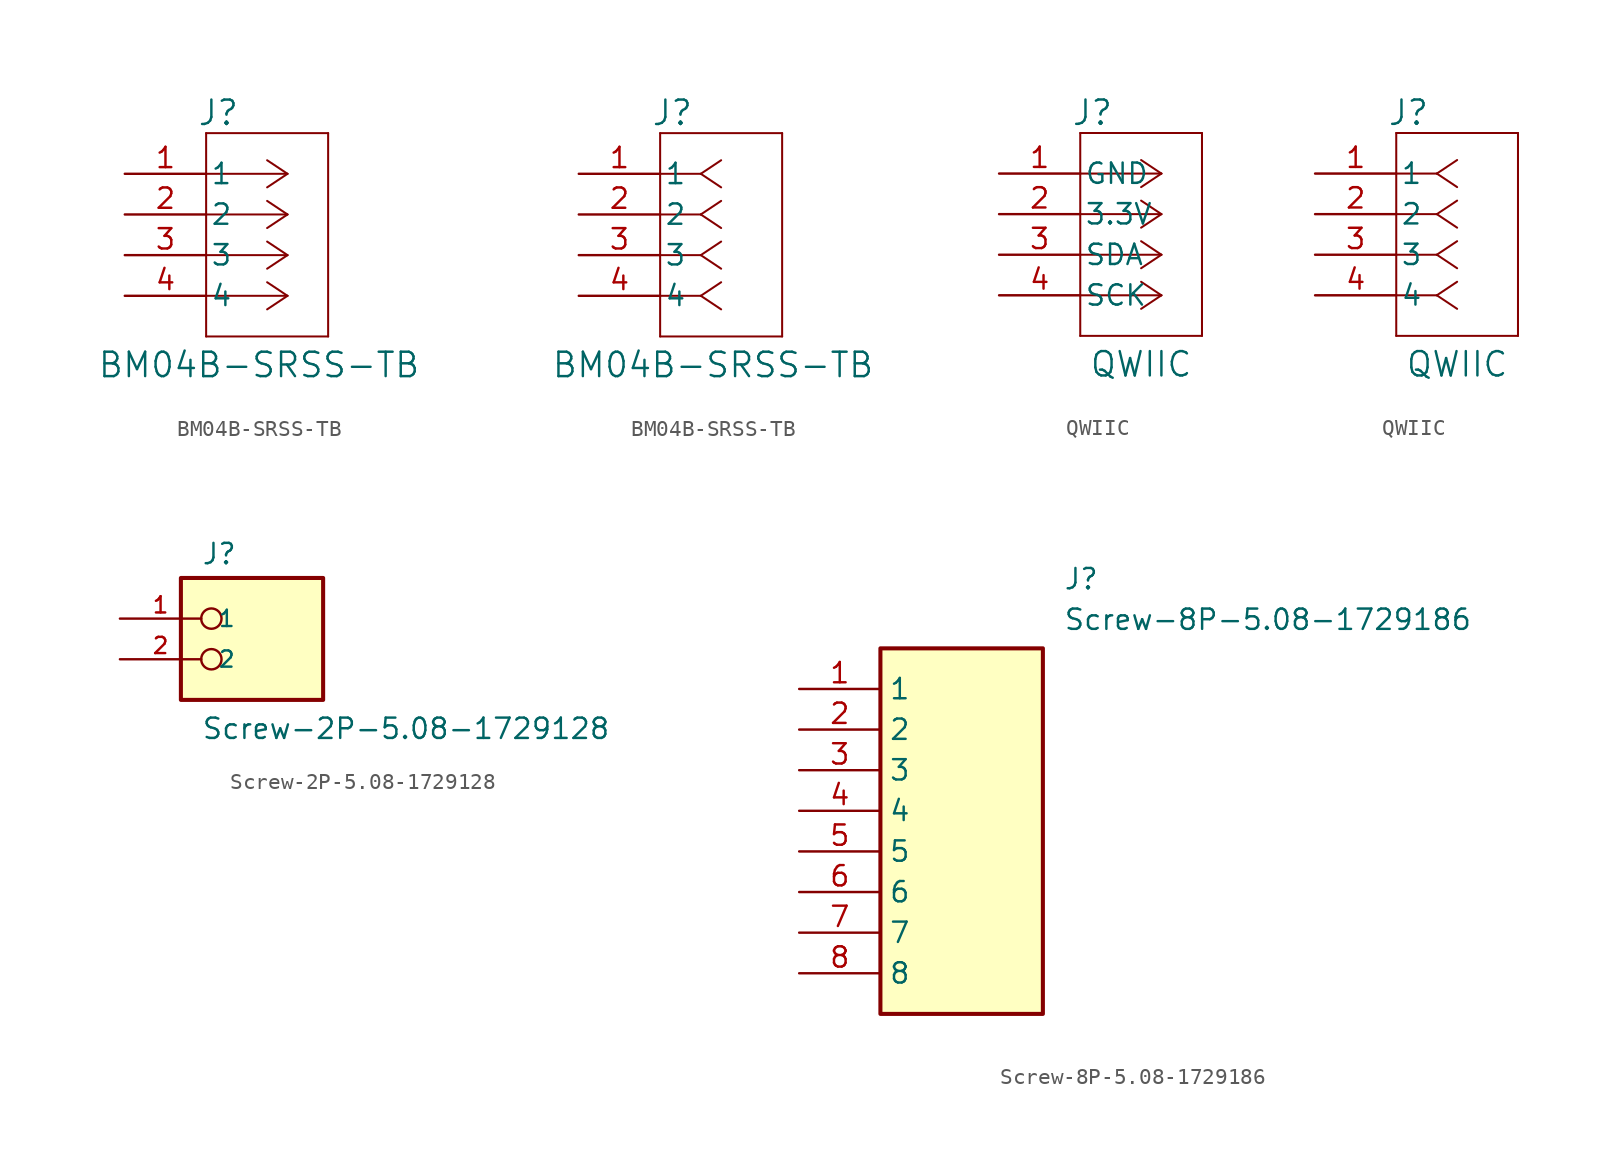
<source format=kicad_sym>
(kicad_symbol_lib
  (version 20231120)
  (generator "kicad_symbol_editor")
  (generator_version "8.0")
  (symbol "BM04B-SRSS-TB"
    (pin_names
      (offset 0.254))
    (property "Reference" "J"
      (at 5.842 3.81 0)
      (effects (font (size 1.524 1.524))))
    (property "Value" "BM04B-SRSS-TB"
      (at 8.382 -11.938 0)
      (effects (font (size 1.524 1.524))))
    (symbol "BM04B-SRSS-TB_1_1"
      (polyline (pts (xy 5.08 -10.16) (xy 12.7 -10.16)) (stroke (width 0.127) (type default)) (fill (type none)))
      (polyline (pts (xy 5.08 2.54) (xy 5.08 -10.16)) (stroke (width 0.127) (type default)) (fill (type none)))
      (polyline (pts (xy 10.16 -7.62) (xy 5.08 -7.62)) (stroke (width 0.127) (type default)) (fill (type none)))
      (polyline (pts (xy 10.16 -7.62) (xy 8.89 -8.467)) (stroke (width 0.127) (type default)) (fill (type none)))
      (polyline (pts (xy 10.16 -7.62) (xy 8.89 -6.773)) (stroke (width 0.127) (type default)) (fill (type none)))
      (polyline (pts (xy 10.16 -5.08) (xy 5.08 -5.08)) (stroke (width 0.127) (type default)) (fill (type none)))
      (polyline (pts (xy 10.16 -5.08) (xy 8.89 -5.927)) (stroke (width 0.127) (type default)) (fill (type none)))
      (polyline (pts (xy 10.16 -5.08) (xy 8.89 -4.233)) (stroke (width 0.127) (type default)) (fill (type none)))
      (polyline (pts (xy 10.16 -2.54) (xy 5.08 -2.54)) (stroke (width 0.127) (type default)) (fill (type none)))
      (polyline (pts (xy 10.16 -2.54) (xy 8.89 -3.387)) (stroke (width 0.127) (type default)) (fill (type none)))
      (polyline (pts (xy 10.16 -2.54) (xy 8.89 -1.693)) (stroke (width 0.127) (type default)) (fill (type none)))
      (polyline (pts (xy 10.16 0) (xy 5.08 0)) (stroke (width 0.127) (type default)) (fill (type none)))
      (polyline (pts (xy 10.16 0) (xy 8.89 -0.847)) (stroke (width 0.127) (type default)) (fill (type none)))
      (polyline (pts (xy 10.16 0) (xy 8.89 0.847)) (stroke (width 0.127) (type default)) (fill (type none)))
      (polyline (pts (xy 12.7 -10.16) (xy 12.7 2.54)) (stroke (width 0.127) (type default)) (fill (type none)))
      (polyline (pts (xy 12.7 2.54) (xy 5.08 2.54)) (stroke (width 0.127) (type default)) (fill (type none)))
      (pin passive line (at 0 0 0) (length 5.08) (name "1" (effects (font (size 1.27 1.27)))) (number "1" (effects (font (size 1.27 1.27)))))
      (pin passive line (at 0 -2.54 0) (length 5.08) (name "2" (effects (font (size 1.27 1.27)))) (number "2" (effects (font (size 1.27 1.27)))))
      (pin passive line (at 0 -5.08 0) (length 5.08) (name "3" (effects (font (size 1.27 1.27)))) (number "3" (effects (font (size 1.27 1.27)))))
      (pin passive line (at 0 -7.62 0) (length 5.08) (name "4" (effects (font (size 1.27 1.27)))) (number "4" (effects (font (size 1.27 1.27))))))
    (symbol "BM04B-SRSS-TB_1_2"
      (polyline (pts (xy 5.08 -10.16) (xy 12.7 -10.16)) (stroke (width 0.127) (type default)) (fill (type none)))
      (polyline (pts (xy 5.08 2.54) (xy 5.08 -10.16)) (stroke (width 0.127) (type default)) (fill (type none)))
      (polyline (pts (xy 7.62 -7.62) (xy 5.08 -7.62)) (stroke (width 0.127) (type default)) (fill (type none)))
      (polyline (pts (xy 7.62 -7.62) (xy 8.89 -8.467)) (stroke (width 0.127) (type default)) (fill (type none)))
      (polyline (pts (xy 7.62 -7.62) (xy 8.89 -6.773)) (stroke (width 0.127) (type default)) (fill (type none)))
      (polyline (pts (xy 7.62 -5.08) (xy 5.08 -5.08)) (stroke (width 0.127) (type default)) (fill (type none)))
      (polyline (pts (xy 7.62 -5.08) (xy 8.89 -5.927)) (stroke (width 0.127) (type default)) (fill (type none)))
      (polyline (pts (xy 7.62 -5.08) (xy 8.89 -4.233)) (stroke (width 0.127) (type default)) (fill (type none)))
      (polyline (pts (xy 7.62 -2.54) (xy 5.08 -2.54)) (stroke (width 0.127) (type default)) (fill (type none)))
      (polyline (pts (xy 7.62 -2.54) (xy 8.89 -3.387)) (stroke (width 0.127) (type default)) (fill (type none)))
      (polyline (pts (xy 7.62 -2.54) (xy 8.89 -1.693)) (stroke (width 0.127) (type default)) (fill (type none)))
      (polyline (pts (xy 7.62 0) (xy 5.08 0)) (stroke (width 0.127) (type default)) (fill (type none)))
      (polyline (pts (xy 7.62 0) (xy 8.89 -0.847)) (stroke (width 0.127) (type default)) (fill (type none)))
      (polyline (pts (xy 7.62 0) (xy 8.89 0.847)) (stroke (width 0.127) (type default)) (fill (type none)))
      (polyline (pts (xy 12.7 -10.16) (xy 12.7 2.54)) (stroke (width 0.127) (type default)) (fill (type none)))
      (polyline (pts (xy 12.7 2.54) (xy 5.08 2.54)) (stroke (width 0.127) (type default)) (fill (type none)))
      (pin unspecified line (at 0 0 0) (length 5.08) (name "1" (effects (font (size 1.27 1.27)))) (number "1" (effects (font (size 1.27 1.27)))))
      (pin unspecified line (at 0 -2.54 0) (length 5.08) (name "2" (effects (font (size 1.27 1.27)))) (number "2" (effects (font (size 1.27 1.27)))))
      (pin unspecified line (at 0 -5.08 0) (length 5.08) (name "3" (effects (font (size 1.27 1.27)))) (number "3" (effects (font (size 1.27 1.27)))))
      (pin unspecified line (at 0 -7.62 0) (length 5.08) (name "4" (effects (font (size 1.27 1.27)))) (number "4" (effects (font (size 1.27 1.27)))))))
  (symbol "QWIIC"
    (pin_names
      (offset 0.254))
    (property "Reference" "J"
      (at 5.842 3.81 0)
      (effects (font (size 1.524 1.524))))
    (property "Value" "QWIIC"
      (at 8.89 -11.938 0)
      (effects (font (size 1.524 1.524))))
    (symbol "QWIIC_1_1"
      (polyline (pts (xy 5.08 -10.16) (xy 12.7 -10.16)) (stroke (width 0.127) (type default)) (fill (type none)))
      (polyline (pts (xy 5.08 2.54) (xy 5.08 -10.16)) (stroke (width 0.127) (type default)) (fill (type none)))
      (polyline (pts (xy 10.16 -7.62) (xy 5.08 -7.62)) (stroke (width 0.127) (type default)) (fill (type none)))
      (polyline (pts (xy 10.16 -7.62) (xy 8.89 -8.467)) (stroke (width 0.127) (type default)) (fill (type none)))
      (polyline (pts (xy 10.16 -7.62) (xy 8.89 -6.773)) (stroke (width 0.127) (type default)) (fill (type none)))
      (polyline (pts (xy 10.16 -5.08) (xy 5.08 -5.08)) (stroke (width 0.127) (type default)) (fill (type none)))
      (polyline (pts (xy 10.16 -5.08) (xy 8.89 -5.927)) (stroke (width 0.127) (type default)) (fill (type none)))
      (polyline (pts (xy 10.16 -5.08) (xy 8.89 -4.233)) (stroke (width 0.127) (type default)) (fill (type none)))
      (polyline (pts (xy 10.16 -2.54) (xy 5.08 -2.54)) (stroke (width 0.127) (type default)) (fill (type none)))
      (polyline (pts (xy 10.16 -2.54) (xy 8.89 -3.387)) (stroke (width 0.127) (type default)) (fill (type none)))
      (polyline (pts (xy 10.16 -2.54) (xy 8.89 -1.693)) (stroke (width 0.127) (type default)) (fill (type none)))
      (polyline (pts (xy 10.16 0) (xy 5.08 0)) (stroke (width 0.127) (type default)) (fill (type none)))
      (polyline (pts (xy 10.16 0) (xy 8.89 -0.847)) (stroke (width 0.127) (type default)) (fill (type none)))
      (polyline (pts (xy 10.16 0) (xy 8.89 0.847)) (stroke (width 0.127) (type default)) (fill (type none)))
      (polyline (pts (xy 12.7 -10.16) (xy 12.7 2.54)) (stroke (width 0.127) (type default)) (fill (type none)))
      (polyline (pts (xy 12.7 2.54) (xy 5.08 2.54)) (stroke (width 0.127) (type default)) (fill (type none)))
      (pin power_in line (at 0 0 0) (length 5.08) (name "GND" (effects (font (size 1.27 1.27)))) (number "1" (effects (font (size 1.27 1.27)))))
      (pin power_in line (at 0 -2.54 0) (length 5.08) (name "3.3V" (effects (font (size 1.27 1.27)))) (number "2" (effects (font (size 1.27 1.27)))))
      (pin bidirectional line (at 0 -5.08 0) (length 5.08) (name "SDA" (effects (font (size 1.27 1.27)))) (number "3" (effects (font (size 1.27 1.27)))))
      (pin bidirectional line (at 0 -7.62 0) (length 5.08) (name "SCK" (effects (font (size 1.27 1.27)))) (number "4" (effects (font (size 1.27 1.27))))))
    (symbol "QWIIC_1_2"
      (polyline (pts (xy 5.08 -10.16) (xy 12.7 -10.16)) (stroke (width 0.127) (type default)) (fill (type none)))
      (polyline (pts (xy 5.08 2.54) (xy 5.08 -10.16)) (stroke (width 0.127) (type default)) (fill (type none)))
      (polyline (pts (xy 7.62 -7.62) (xy 5.08 -7.62)) (stroke (width 0.127) (type default)) (fill (type none)))
      (polyline (pts (xy 7.62 -7.62) (xy 8.89 -8.467)) (stroke (width 0.127) (type default)) (fill (type none)))
      (polyline (pts (xy 7.62 -7.62) (xy 8.89 -6.773)) (stroke (width 0.127) (type default)) (fill (type none)))
      (polyline (pts (xy 7.62 -5.08) (xy 5.08 -5.08)) (stroke (width 0.127) (type default)) (fill (type none)))
      (polyline (pts (xy 7.62 -5.08) (xy 8.89 -5.927)) (stroke (width 0.127) (type default)) (fill (type none)))
      (polyline (pts (xy 7.62 -5.08) (xy 8.89 -4.233)) (stroke (width 0.127) (type default)) (fill (type none)))
      (polyline (pts (xy 7.62 -2.54) (xy 5.08 -2.54)) (stroke (width 0.127) (type default)) (fill (type none)))
      (polyline (pts (xy 7.62 -2.54) (xy 8.89 -3.387)) (stroke (width 0.127) (type default)) (fill (type none)))
      (polyline (pts (xy 7.62 -2.54) (xy 8.89 -1.693)) (stroke (width 0.127) (type default)) (fill (type none)))
      (polyline (pts (xy 7.62 0) (xy 5.08 0)) (stroke (width 0.127) (type default)) (fill (type none)))
      (polyline (pts (xy 7.62 0) (xy 8.89 -0.847)) (stroke (width 0.127) (type default)) (fill (type none)))
      (polyline (pts (xy 7.62 0) (xy 8.89 0.847)) (stroke (width 0.127) (type default)) (fill (type none)))
      (polyline (pts (xy 12.7 -10.16) (xy 12.7 2.54)) (stroke (width 0.127) (type default)) (fill (type none)))
      (polyline (pts (xy 12.7 2.54) (xy 5.08 2.54)) (stroke (width 0.127) (type default)) (fill (type none)))
      (pin power_in line (at 0 0 0) (length 5.08) (name "1" (effects (font (size 1.27 1.27)))) (number "1" (effects (font (size 1.27 1.27)))))
      (pin power_in line (at 0 -2.54 0) (length 5.08) (name "2" (effects (font (size 1.27 1.27)))) (number "2" (effects (font (size 1.27 1.27)))))
      (pin bidirectional line (at 0 -5.08 0) (length 5.08) (name "3" (effects (font (size 1.27 1.27)))) (number "3" (effects (font (size 1.27 1.27)))))
      (pin bidirectional line (at 0 -7.62 0) (length 5.08) (name "4" (effects (font (size 1.27 1.27)))) (number "4" (effects (font (size 1.27 1.27)))))))
  (symbol "Screw-2P-5.08-1729128"
    (pin_names
      (offset 1.016))
    (property "Reference" "J"
      (at -2.54 3.302 0)
      (effects (font (size 1.27 1.27)) (justify left bottom)))
    (property "Value" "Screw-2P-5.08-1729128"
      (at -2.54 -7.62 0)
      (effects (font (size 1.27 1.27)) (justify left bottom)))
    (symbol "Screw-2P-5.08-1729128_0_0"
      (rectangle (start -3.81 -5.08) (end 5.08 2.54) (stroke (width 0.254) (type default)) (fill (type background)))
      (circle (center -1.905 -2.54) (radius 0.635) (stroke (width 0.152) (type default)) (fill (type none)))
      (circle (center -1.905 0) (radius 0.635) (stroke (width 0.152) (type default)) (fill (type none)))
      (pin passive line (at -7.62 0 0) (length 5.08) (name "1" (effects (font (size 1.016 1.016)))) (number "1" (effects (font (size 1.016 1.016)))))
      (pin passive line (at -7.62 -2.54 0) (length 5.08) (name "2" (effects (font (size 1.016 1.016)))) (number "2" (effects (font (size 1.016 1.016)))))))
  (symbol "Screw-8P-5.08-1729186"
    (property "Reference" "J"
      (at 16.51 7.62 0)
      (effects (font (size 1.27 1.27)) (justify left top)))
    (property "Value" "Screw-8P-5.08-1729186"
      (at 16.51 5.08 0)
      (effects (font (size 1.27 1.27)) (justify left top)))
    (symbol "Screw-8P-5.08-1729186_1_1"
      (rectangle (start 5.08 2.54) (end 15.24 -20.32) (stroke (width 0.254) (type default)) (fill (type background)))
      (pin passive line (at 0 0 0) (length 5.08) (name "1" (effects (font (size 1.27 1.27)))) (number "1" (effects (font (size 1.27 1.27)))))
      (pin passive line (at 0 -2.54 0) (length 5.08) (name "2" (effects (font (size 1.27 1.27)))) (number "2" (effects (font (size 1.27 1.27)))))
      (pin passive line (at 0 -5.08 0) (length 5.08) (name "3" (effects (font (size 1.27 1.27)))) (number "3" (effects (font (size 1.27 1.27)))))
      (pin passive line (at 0 -7.62 0) (length 5.08) (name "4" (effects (font (size 1.27 1.27)))) (number "4" (effects (font (size 1.27 1.27)))))
      (pin passive line (at 0 -10.16 0) (length 5.08) (name "5" (effects (font (size 1.27 1.27)))) (number "5" (effects (font (size 1.27 1.27)))))
      (pin passive line (at 0 -12.7 0) (length 5.08) (name "6" (effects (font (size 1.27 1.27)))) (number "6" (effects (font (size 1.27 1.27)))))
      (pin passive line (at 0 -15.24 0) (length 5.08) (name "7" (effects (font (size 1.27 1.27)))) (number "7" (effects (font (size 1.27 1.27)))))
      (pin passive line (at 0 -17.78 0) (length 5.08) (name "8" (effects (font (size 1.27 1.27)))) (number "8" (effects (font (size 1.27 1.27))))))))
</source>
